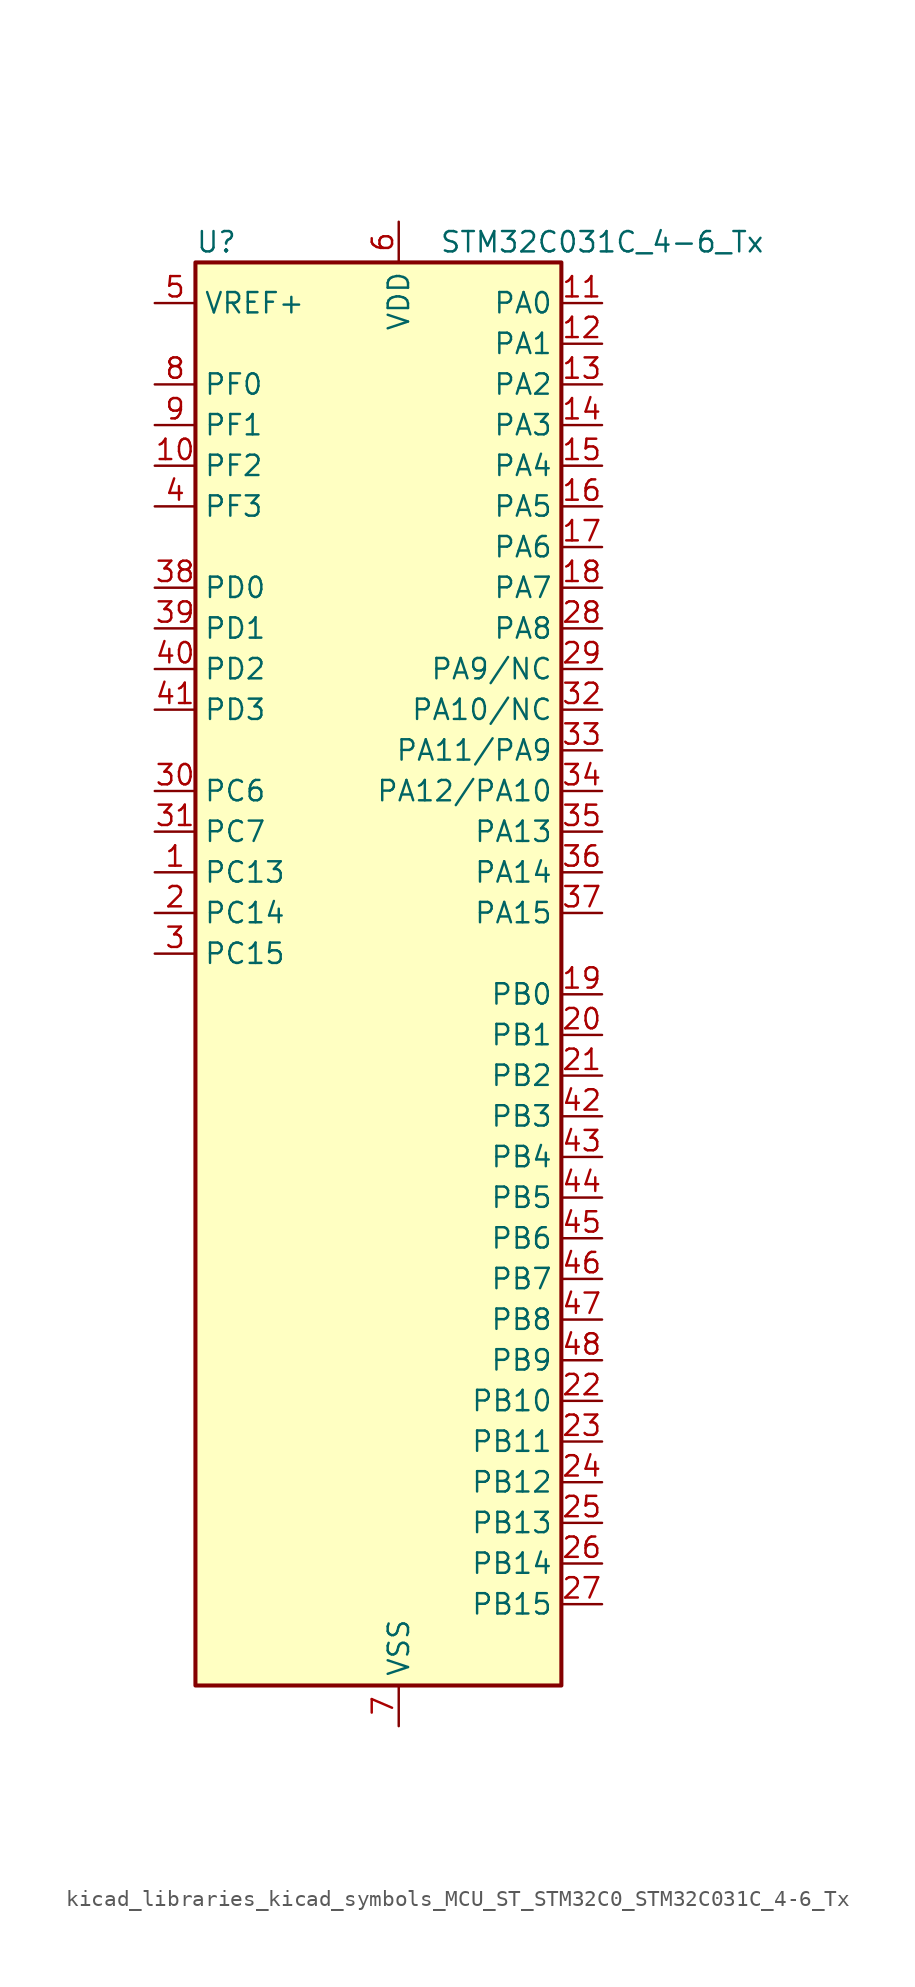
<source format=kicad_sym>
(kicad_symbol_lib
  (version 20220914)
  (generator kicad_symbol_editor)
  (symbol "kicad_libraries_kicad_symbols_MCU_ST_STM32C0_STM32C031C_4-6_Tx"
    (property "Reference" "U"
      (at -10.16 46.99 0)
      (effects (font (size 1.27 1.27)) (justify left)))
    (property "Value" "STM32C031C_4-6_Tx"
      (at 5.08 46.99 0)
      (effects (font (size 1.27 1.27)) (justify left)))
    (property "ki_locked" ""
      (at 0 0 0)
      (effects (font (size 1.27 1.27))))
    (symbol "kicad_libraries_kicad_symbols_MCU_ST_STM32C0_STM32C031C_4-6_Tx_0_1"
      (rectangle (start -10.16 -43.18) (end 12.7 45.72) (stroke (width 0.254) (type default)) (fill (type background))))
    (symbol "kicad_libraries_kicad_symbols_MCU_ST_STM32C0_STM32C031C_4-6_Tx_1_1"
      (pin bidirectional line (at -12.7 7.62 0) (length 2.54) (name "PC13" (effects (font (size 1.27 1.27)))) (number "1" (effects (font (size 1.27 1.27)))) (alternate "PWR_WKUP2" bidirectional line) (alternate "RTC_OUT1" bidirectional line) (alternate "RTC_TS" bidirectional line) (alternate "TIM1_BKIN" bidirectional line) (alternate "TIM1_ETR" bidirectional line))
      (pin bidirectional line (at -12.7 33.02 0) (length 2.54) (name "PF2" (effects (font (size 1.27 1.27)))) (number "10" (effects (font (size 1.27 1.27)))) (alternate "RCC_MCO" bidirectional line) (alternate "TIM1_CH4" bidirectional line))
      (pin bidirectional line (at 15.24 43.18 180) (length 2.54) (name "PA0" (effects (font (size 1.27 1.27)))) (number "11" (effects (font (size 1.27 1.27)))) (alternate "ADC1_IN0" bidirectional line) (alternate "PWR_WKUP1" bidirectional line) (alternate "TIM16_CH1" bidirectional line) (alternate "TIM1_CH1" bidirectional line) (alternate "USART1_TX" bidirectional line) (alternate "USART2_CTS" bidirectional line) (alternate "USART2_NSS" bidirectional line))
      (pin bidirectional line (at 15.24 40.64 180) (length 2.54) (name "PA1" (effects (font (size 1.27 1.27)))) (number "12" (effects (font (size 1.27 1.27)))) (alternate "ADC1_IN1" bidirectional line) (alternate "I2C1_SMBA" bidirectional line) (alternate "I2S1_CK" bidirectional line) (alternate "SPI1_SCK" bidirectional line) (alternate "TIM17_CH1" bidirectional line) (alternate "TIM1_CH2" bidirectional line) (alternate "USART1_RX" bidirectional line) (alternate "USART2_CK" bidirectional line) (alternate "USART2_DE" bidirectional line) (alternate "USART2_RTS" bidirectional line))
      (pin bidirectional line (at 15.24 38.1 180) (length 2.54) (name "PA2" (effects (font (size 1.27 1.27)))) (number "13" (effects (font (size 1.27 1.27)))) (alternate "ADC1_IN2" bidirectional line) (alternate "I2S1_SD" bidirectional line) (alternate "PWR_WKUP4" bidirectional line) (alternate "RCC_LSCO" bidirectional line) (alternate "SPI1_MOSI" bidirectional line) (alternate "TIM16_CH1N" bidirectional line) (alternate "TIM1_CH3" bidirectional line) (alternate "TIM3_ETR" bidirectional line) (alternate "USART2_TX" bidirectional line))
      (pin bidirectional line (at 15.24 35.56 180) (length 2.54) (name "PA3" (effects (font (size 1.27 1.27)))) (number "14" (effects (font (size 1.27 1.27)))) (alternate "ADC1_IN3" bidirectional line) (alternate "TIM1_CH1N" bidirectional line) (alternate "TIM1_CH4" bidirectional line) (alternate "USART2_RX" bidirectional line))
      (pin bidirectional line (at 15.24 33.02 180) (length 2.54) (name "PA4" (effects (font (size 1.27 1.27)))) (number "15" (effects (font (size 1.27 1.27)))) (alternate "ADC1_IN4" bidirectional line) (alternate "I2S1_WS" bidirectional line) (alternate "RTC_OUT2" bidirectional line) (alternate "SPI1_NSS" bidirectional line) (alternate "TIM14_CH1" bidirectional line) (alternate "TIM17_CH1N" bidirectional line) (alternate "TIM1_CH2N" bidirectional line) (alternate "USART2_TX" bidirectional line))
      (pin bidirectional line (at 15.24 30.48 180) (length 2.54) (name "PA5" (effects (font (size 1.27 1.27)))) (number "16" (effects (font (size 1.27 1.27)))) (alternate "ADC1_IN5" bidirectional line) (alternate "I2S1_CK" bidirectional line) (alternate "SPI1_SCK" bidirectional line) (alternate "TIM1_CH1" bidirectional line) (alternate "TIM1_CH3N" bidirectional line) (alternate "USART2_RX" bidirectional line))
      (pin bidirectional line (at 15.24 27.94 180) (length 2.54) (name "PA6" (effects (font (size 1.27 1.27)))) (number "17" (effects (font (size 1.27 1.27)))) (alternate "ADC1_IN6" bidirectional line) (alternate "I2S1_MCK" bidirectional line) (alternate "SPI1_MISO" bidirectional line) (alternate "TIM16_CH1" bidirectional line) (alternate "TIM1_BKIN" bidirectional line) (alternate "TIM3_CH1" bidirectional line))
      (pin bidirectional line (at 15.24 25.4 180) (length 2.54) (name "PA7" (effects (font (size 1.27 1.27)))) (number "18" (effects (font (size 1.27 1.27)))) (alternate "ADC1_IN7" bidirectional line) (alternate "I2S1_SD" bidirectional line) (alternate "SPI1_MOSI" bidirectional line) (alternate "TIM14_CH1" bidirectional line) (alternate "TIM17_CH1" bidirectional line) (alternate "TIM1_CH1N" bidirectional line) (alternate "TIM3_CH2" bidirectional line))
      (pin bidirectional line (at 15.24 0 180) (length 2.54) (name "PB0" (effects (font (size 1.27 1.27)))) (number "19" (effects (font (size 1.27 1.27)))) (alternate "ADC1_IN17" bidirectional line) (alternate "I2S1_WS" bidirectional line) (alternate "SPI1_NSS" bidirectional line) (alternate "TIM1_CH2N" bidirectional line) (alternate "TIM3_CH3" bidirectional line))
      (pin bidirectional line (at -12.7 5.08 0) (length 2.54) (name "PC14" (effects (font (size 1.27 1.27)))) (number "2" (effects (font (size 1.27 1.27)))) (alternate "I2C1_SDA" bidirectional line) (alternate "IR_OUT" bidirectional line) (alternate "RCC_OSCX_IN" bidirectional line) (alternate "TIM17_CH1" bidirectional line) (alternate "TIM1_BKIN2" bidirectional line) (alternate "TIM1_ETR" bidirectional line) (alternate "TIM3_CH2" bidirectional line) (alternate "USART1_TX" bidirectional line) (alternate "USART2_CK" bidirectional line) (alternate "USART2_DE" bidirectional line) (alternate "USART2_RTS" bidirectional line))
      (pin bidirectional line (at 15.24 -2.54 180) (length 2.54) (name "PB1" (effects (font (size 1.27 1.27)))) (number "20" (effects (font (size 1.27 1.27)))) (alternate "ADC1_IN18" bidirectional line) (alternate "TIM14_CH1" bidirectional line) (alternate "TIM1_CH2N" bidirectional line) (alternate "TIM1_CH3N" bidirectional line) (alternate "TIM3_CH4" bidirectional line))
      (pin bidirectional line (at 15.24 -5.08 180) (length 2.54) (name "PB2" (effects (font (size 1.27 1.27)))) (number "21" (effects (font (size 1.27 1.27)))) (alternate "ADC1_IN19" bidirectional line) (alternate "RCC_MCO_2" bidirectional line) (alternate "USART1_RX" bidirectional line))
      (pin bidirectional line (at 15.24 -25.4 180) (length 2.54) (name "PB10" (effects (font (size 1.27 1.27)))) (number "22" (effects (font (size 1.27 1.27)))) (alternate "ADC1_IN20" bidirectional line))
      (pin bidirectional line (at 15.24 -27.94 180) (length 2.54) (name "PB11" (effects (font (size 1.27 1.27)))) (number "23" (effects (font (size 1.27 1.27)))) (alternate "ADC1_EXTI11" bidirectional line) (alternate "ADC1_IN21" bidirectional line))
      (pin bidirectional line (at 15.24 -30.48 180) (length 2.54) (name "PB12" (effects (font (size 1.27 1.27)))) (number "24" (effects (font (size 1.27 1.27)))) (alternate "ADC1_IN22" bidirectional line) (alternate "TIM1_BKIN" bidirectional line) (alternate "TIM1_BKIN2" bidirectional line))
      (pin bidirectional line (at 15.24 -33.02 180) (length 2.54) (name "PB13" (effects (font (size 1.27 1.27)))) (number "25" (effects (font (size 1.27 1.27)))) (alternate "TIM1_CH1N" bidirectional line))
      (pin bidirectional line (at 15.24 -35.56 180) (length 2.54) (name "PB14" (effects (font (size 1.27 1.27)))) (number "26" (effects (font (size 1.27 1.27)))) (alternate "TIM1_CH2N" bidirectional line))
      (pin bidirectional line (at 15.24 -38.1 180) (length 2.54) (name "PB15" (effects (font (size 1.27 1.27)))) (number "27" (effects (font (size 1.27 1.27)))) (alternate "RTC_REFIN" bidirectional line) (alternate "TIM1_CH3N" bidirectional line))
      (pin bidirectional line (at 15.24 22.86 180) (length 2.54) (name "PA8" (effects (font (size 1.27 1.27)))) (number "28" (effects (font (size 1.27 1.27)))) (alternate "ADC1_IN8" bidirectional line) (alternate "I2S1_WS" bidirectional line) (alternate "RCC_MCO" bidirectional line) (alternate "RCC_MCO_2" bidirectional line) (alternate "SPI1_NSS" bidirectional line) (alternate "TIM14_CH1" bidirectional line) (alternate "TIM1_CH1" bidirectional line) (alternate "TIM1_CH2N" bidirectional line) (alternate "TIM1_CH3N" bidirectional line) (alternate "TIM3_CH3" bidirectional line) (alternate "TIM3_CH4" bidirectional line) (alternate "USART1_RX" bidirectional line) (alternate "USART2_TX" bidirectional line))
      (pin bidirectional line (at 15.24 20.32 180) (length 2.54) (name "PA9/NC" (effects (font (size 1.27 1.27)))) (number "29" (effects (font (size 1.27 1.27)))) (alternate "I2C1_SCL" bidirectional line) (alternate "RCC_MCO" bidirectional line) (alternate "TIM1_CH2" bidirectional line) (alternate "TIM3_ETR" bidirectional line) (alternate "USART1_TX" bidirectional line))
      (pin bidirectional line (at -12.7 2.54 0) (length 2.54) (name "PC15" (effects (font (size 1.27 1.27)))) (number "3" (effects (font (size 1.27 1.27)))) (alternate "RCC_OSC32_EN" bidirectional line) (alternate "RCC_OSCX_OUT" bidirectional line) (alternate "RCC_OSC_EN" bidirectional line) (alternate "TIM1_ETR" bidirectional line) (alternate "TIM3_CH3" bidirectional line))
      (pin bidirectional line (at -12.7 12.7 0) (length 2.54) (name "PC6" (effects (font (size 1.27 1.27)))) (number "30" (effects (font (size 1.27 1.27)))) (alternate "TIM3_CH1" bidirectional line))
      (pin bidirectional line (at -12.7 10.16 0) (length 2.54) (name "PC7" (effects (font (size 1.27 1.27)))) (number "31" (effects (font (size 1.27 1.27)))) (alternate "TIM3_CH2" bidirectional line))
      (pin bidirectional line (at 15.24 17.78 180) (length 2.54) (name "PA10/NC" (effects (font (size 1.27 1.27)))) (number "32" (effects (font (size 1.27 1.27)))) (alternate "I2C1_SDA" bidirectional line) (alternate "RCC_MCO_2" bidirectional line) (alternate "TIM17_BKIN" bidirectional line) (alternate "TIM1_CH3" bidirectional line) (alternate "USART1_RX" bidirectional line))
      (pin bidirectional line (at 15.24 15.24 180) (length 2.54) (name "PA11/PA9" (effects (font (size 1.27 1.27)))) (number "33" (effects (font (size 1.27 1.27)))) (alternate "ADC1_EXTI11" bidirectional line) (alternate "ADC1_IN11" bidirectional line) (alternate "I2S1_MCK" bidirectional line) (alternate "SPI1_MISO" bidirectional line) (alternate "TIM1_BKIN2" bidirectional line) (alternate "TIM1_CH4" bidirectional line) (alternate "USART1_CTS" bidirectional line) (alternate "USART1_NSS" bidirectional line))
      (pin bidirectional line (at 15.24 12.7 180) (length 2.54) (name "PA12/PA10" (effects (font (size 1.27 1.27)))) (number "34" (effects (font (size 1.27 1.27)))) (alternate "ADC1_IN12" bidirectional line) (alternate "I2S1_SD" bidirectional line) (alternate "I2S_CKIN" bidirectional line) (alternate "SPI1_MOSI" bidirectional line) (alternate "TIM1_ETR" bidirectional line) (alternate "USART1_CK" bidirectional line) (alternate "USART1_DE" bidirectional line) (alternate "USART1_RTS" bidirectional line))
      (pin bidirectional line (at 15.24 10.16 180) (length 2.54) (name "PA13" (effects (font (size 1.27 1.27)))) (number "35" (effects (font (size 1.27 1.27)))) (alternate "ADC1_IN13" bidirectional line) (alternate "DEBUG_SWDIO" bidirectional line) (alternate "IR_OUT" bidirectional line) (alternate "TIM3_ETR" bidirectional line) (alternate "USART2_RX" bidirectional line))
      (pin bidirectional line (at 15.24 7.62 180) (length 2.54) (name "PA14" (effects (font (size 1.27 1.27)))) (number "36" (effects (font (size 1.27 1.27)))) (alternate "ADC1_IN14" bidirectional line) (alternate "DEBUG_SWCLK" bidirectional line) (alternate "I2S1_WS" bidirectional line) (alternate "RCC_MCO_2" bidirectional line) (alternate "SPI1_NSS" bidirectional line) (alternate "TIM1_CH1" bidirectional line) (alternate "USART1_CK" bidirectional line) (alternate "USART1_DE" bidirectional line) (alternate "USART1_RTS" bidirectional line) (alternate "USART2_RX" bidirectional line) (alternate "USART2_TX" bidirectional line))
      (pin bidirectional line (at 15.24 5.08 180) (length 2.54) (name "PA15" (effects (font (size 1.27 1.27)))) (number "37" (effects (font (size 1.27 1.27)))) (alternate "I2S1_WS" bidirectional line) (alternate "RCC_MCO_2" bidirectional line) (alternate "SPI1_NSS" bidirectional line) (alternate "TIM1_CH1" bidirectional line) (alternate "USART1_CK" bidirectional line) (alternate "USART1_DE" bidirectional line) (alternate "USART1_RTS" bidirectional line) (alternate "USART2_RX" bidirectional line))
      (pin bidirectional line (at -12.7 25.4 0) (length 2.54) (name "PD0" (effects (font (size 1.27 1.27)))) (number "38" (effects (font (size 1.27 1.27)))) (alternate "TIM16_CH1" bidirectional line))
      (pin bidirectional line (at -12.7 22.86 0) (length 2.54) (name "PD1" (effects (font (size 1.27 1.27)))) (number "39" (effects (font (size 1.27 1.27)))) (alternate "TIM17_CH1" bidirectional line))
      (pin bidirectional line (at -12.7 30.48 0) (length 2.54) (name "PF3" (effects (font (size 1.27 1.27)))) (number "4" (effects (font (size 1.27 1.27)))))
      (pin bidirectional line (at -12.7 20.32 0) (length 2.54) (name "PD2" (effects (font (size 1.27 1.27)))) (number "40" (effects (font (size 1.27 1.27)))) (alternate "TIM1_CH1N" bidirectional line) (alternate "TIM3_ETR" bidirectional line))
      (pin bidirectional line (at -12.7 17.78 0) (length 2.54) (name "PD3" (effects (font (size 1.27 1.27)))) (number "41" (effects (font (size 1.27 1.27)))) (alternate "TIM1_CH2N" bidirectional line) (alternate "USART2_CTS" bidirectional line) (alternate "USART2_NSS" bidirectional line))
      (pin bidirectional line (at 15.24 -7.62 180) (length 2.54) (name "PB3" (effects (font (size 1.27 1.27)))) (number "42" (effects (font (size 1.27 1.27)))) (alternate "I2S1_CK" bidirectional line) (alternate "SPI1_SCK" bidirectional line) (alternate "TIM1_CH2" bidirectional line) (alternate "TIM3_CH2" bidirectional line) (alternate "USART1_CK" bidirectional line) (alternate "USART1_DE" bidirectional line) (alternate "USART1_RTS" bidirectional line))
      (pin bidirectional line (at 15.24 -10.16 180) (length 2.54) (name "PB4" (effects (font (size 1.27 1.27)))) (number "43" (effects (font (size 1.27 1.27)))) (alternate "I2S1_MCK" bidirectional line) (alternate "SPI1_MISO" bidirectional line) (alternate "TIM17_BKIN" bidirectional line) (alternate "TIM3_CH1" bidirectional line) (alternate "USART1_CTS" bidirectional line) (alternate "USART1_NSS" bidirectional line))
      (pin bidirectional line (at 15.24 -12.7 180) (length 2.54) (name "PB5" (effects (font (size 1.27 1.27)))) (number "44" (effects (font (size 1.27 1.27)))) (alternate "I2C1_SMBA" bidirectional line) (alternate "I2S1_SD" bidirectional line) (alternate "PWR_WKUP6" bidirectional line) (alternate "SPI1_MOSI" bidirectional line) (alternate "TIM16_BKIN" bidirectional line) (alternate "TIM3_CH2" bidirectional line) (alternate "TIM3_CH3" bidirectional line))
      (pin bidirectional line (at 15.24 -15.24 180) (length 2.54) (name "PB6" (effects (font (size 1.27 1.27)))) (number "45" (effects (font (size 1.27 1.27)))) (alternate "I2C1_SCL" bidirectional line) (alternate "I2C1_SMBA" bidirectional line) (alternate "I2S1_CK" bidirectional line) (alternate "I2S1_MCK" bidirectional line) (alternate "I2S1_SD" bidirectional line) (alternate "PWR_WKUP3" bidirectional line) (alternate "SPI1_MISO" bidirectional line) (alternate "SPI1_MOSI" bidirectional line) (alternate "SPI1_SCK" bidirectional line) (alternate "TIM16_BKIN" bidirectional line) (alternate "TIM16_CH1N" bidirectional line) (alternate "TIM17_BKIN" bidirectional line) (alternate "TIM1_CH2" bidirectional line) (alternate "TIM1_CH3" bidirectional line) (alternate "TIM3_CH1" bidirectional line) (alternate "TIM3_CH2" bidirectional line) (alternate "TIM3_CH3" bidirectional line) (alternate "USART1_CK" bidirectional line) (alternate "USART1_CTS" bidirectional line) (alternate "USART1_DE" bidirectional line) (alternate "USART1_NSS" bidirectional line) (alternate "USART1_RTS" bidirectional line) (alternate "USART1_TX" bidirectional line))
      (pin bidirectional line (at 15.24 -17.78 180) (length 2.54) (name "PB7" (effects (font (size 1.27 1.27)))) (number "46" (effects (font (size 1.27 1.27)))) (alternate "I2C1_SCL" bidirectional line) (alternate "I2C1_SDA" bidirectional line) (alternate "TIM16_CH1" bidirectional line) (alternate "TIM17_CH1N" bidirectional line) (alternate "TIM1_CH4" bidirectional line) (alternate "TIM3_CH1" bidirectional line) (alternate "TIM3_CH4" bidirectional line) (alternate "USART1_RX" bidirectional line) (alternate "USART2_CTS" bidirectional line) (alternate "USART2_NSS" bidirectional line))
      (pin bidirectional line (at 15.24 -20.32 180) (length 2.54) (name "PB8" (effects (font (size 1.27 1.27)))) (number "47" (effects (font (size 1.27 1.27)))) (alternate "I2C1_SCL" bidirectional line) (alternate "TIM16_CH1" bidirectional line) (alternate "TIM3_CH1" bidirectional line) (alternate "USART2_CTS" bidirectional line) (alternate "USART2_NSS" bidirectional line))
      (pin bidirectional line (at 15.24 -22.86 180) (length 2.54) (name "PB9" (effects (font (size 1.27 1.27)))) (number "48" (effects (font (size 1.27 1.27)))) (alternate "I2C1_SDA" bidirectional line) (alternate "IR_OUT" bidirectional line) (alternate "TIM17_CH1" bidirectional line) (alternate "TIM3_CH2" bidirectional line) (alternate "USART2_CK" bidirectional line) (alternate "USART2_DE" bidirectional line) (alternate "USART2_RTS" bidirectional line))
      (pin input line (at -12.7 43.18 0) (length 2.54) (name "VREF+" (effects (font (size 1.27 1.27)))) (number "5" (effects (font (size 1.27 1.27)))))
      (pin power_in line (at 2.54 48.26 270) (length 2.54) (name "VDD" (effects (font (size 1.27 1.27)))) (number "6" (effects (font (size 1.27 1.27)))))
      (pin power_in line (at 2.54 -45.72 90) (length 2.54) (name "VSS" (effects (font (size 1.27 1.27)))) (number "7" (effects (font (size 1.27 1.27)))))
      (pin bidirectional line (at -12.7 38.1 0) (length 2.54) (name "PF0" (effects (font (size 1.27 1.27)))) (number "8" (effects (font (size 1.27 1.27)))) (alternate "RCC_OSC_IN" bidirectional line) (alternate "TIM14_CH1" bidirectional line))
      (pin bidirectional line (at -12.7 35.56 0) (length 2.54) (name "PF1" (effects (font (size 1.27 1.27)))) (number "9" (effects (font (size 1.27 1.27)))) (alternate "RCC_OSC_EN" bidirectional line) (alternate "RCC_OSC_OUT" bidirectional line)))))
</source>
